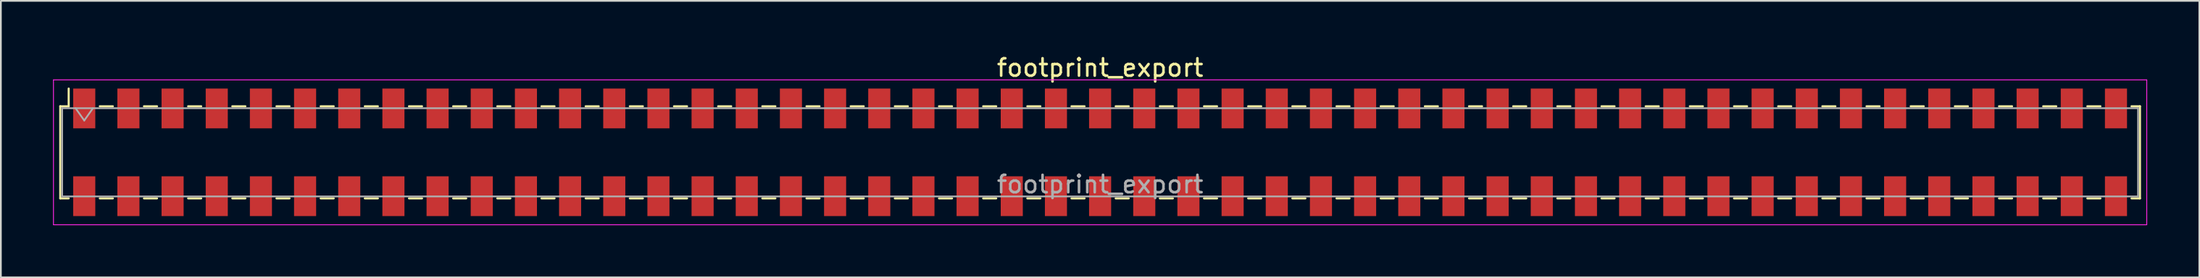
<source format=kicad_pcb>
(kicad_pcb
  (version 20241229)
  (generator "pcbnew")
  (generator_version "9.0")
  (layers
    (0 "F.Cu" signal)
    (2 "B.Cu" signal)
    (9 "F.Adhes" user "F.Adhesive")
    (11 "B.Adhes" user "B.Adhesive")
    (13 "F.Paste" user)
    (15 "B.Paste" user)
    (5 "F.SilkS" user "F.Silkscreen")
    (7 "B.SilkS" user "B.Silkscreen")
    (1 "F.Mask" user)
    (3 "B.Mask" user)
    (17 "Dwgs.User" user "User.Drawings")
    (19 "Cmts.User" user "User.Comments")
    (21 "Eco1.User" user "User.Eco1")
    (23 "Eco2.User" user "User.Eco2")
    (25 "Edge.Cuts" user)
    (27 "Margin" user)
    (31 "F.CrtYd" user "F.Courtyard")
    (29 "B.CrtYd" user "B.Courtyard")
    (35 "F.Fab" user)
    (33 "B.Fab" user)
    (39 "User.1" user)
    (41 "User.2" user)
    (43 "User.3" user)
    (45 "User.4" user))
  (footprint "footprint_export"
    (layer "F.Cu")
    (at 60.215 5.718)
    (property "Reference" "footprint_export" (at 0 -4.87 0) (layer "F.SilkS") (effects (font (size 1 1) (thickness 0.15))))
    (attr smd)
    (fp_line (start -59.8 -2.65) (end -59.8 2.65) (stroke (width 0.12) (type solid)) (layer "F.SilkS"))
    (fp_line (start -59.8 2.65) (end -59.315 2.65) (stroke (width 0.12) (type solid)) (layer "F.SilkS"))
    (fp_line (start -59.315 -3.67) (end -59.315 -2.65) (stroke (width 0.12) (type solid)) (layer "F.SilkS"))
    (fp_line (start -59.315 -2.65) (end -59.8 -2.65) (stroke (width 0.12) (type solid)) (layer "F.SilkS"))
    (fp_line (start -57.525 -2.65) (end -56.775 -2.65) (stroke (width 0.12) (type solid)) (layer "F.SilkS"))
    (fp_line (start -57.525 2.65) (end -56.775 2.65) (stroke (width 0.12) (type solid)) (layer "F.SilkS"))
    (fp_line (start -54.985 -2.65) (end -54.235 -2.65) (stroke (width 0.12) (type solid)) (layer "F.SilkS"))
    (fp_line (start -54.985 2.65) (end -54.235 2.65) (stroke (width 0.12) (type solid)) (layer "F.SilkS"))
    (fp_line (start -52.445 -2.65) (end -51.695 -2.65) (stroke (width 0.12) (type solid)) (layer "F.SilkS"))
    (fp_line (start -52.445 2.65) (end -51.695 2.65) (stroke (width 0.12) (type solid)) (layer "F.SilkS"))
    (fp_line (start -49.905 -2.65) (end -49.155 -2.65) (stroke (width 0.12) (type solid)) (layer "F.SilkS"))
    (fp_line (start -49.905 2.65) (end -49.155 2.65) (stroke (width 0.12) (type solid)) (layer "F.SilkS"))
    (fp_line (start -47.365 -2.65) (end -46.615 -2.65) (stroke (width 0.12) (type solid)) (layer "F.SilkS"))
    (fp_line (start -47.365 2.65) (end -46.615 2.65) (stroke (width 0.12) (type solid)) (layer "F.SilkS"))
    (fp_line (start -44.825 -2.65) (end -44.075 -2.65) (stroke (width 0.12) (type solid)) (layer "F.SilkS"))
    (fp_line (start -44.825 2.65) (end -44.075 2.65) (stroke (width 0.12) (type solid)) (layer "F.SilkS"))
    (fp_line (start -42.285 -2.65) (end -41.535 -2.65) (stroke (width 0.12) (type solid)) (layer "F.SilkS"))
    (fp_line (start -42.285 2.65) (end -41.535 2.65) (stroke (width 0.12) (type solid)) (layer "F.SilkS"))
    (fp_line (start -39.745 -2.65) (end -38.995 -2.65) (stroke (width 0.12) (type solid)) (layer "F.SilkS"))
    (fp_line (start -39.745 2.65) (end -38.995 2.65) (stroke (width 0.12) (type solid)) (layer "F.SilkS"))
    (fp_line (start -37.205 -2.65) (end -36.455 -2.65) (stroke (width 0.12) (type solid)) (layer "F.SilkS"))
    (fp_line (start -37.205 2.65) (end -36.455 2.65) (stroke (width 0.12) (type solid)) (layer "F.SilkS"))
    (fp_line (start -34.665 -2.65) (end -33.915 -2.65) (stroke (width 0.12) (type solid)) (layer "F.SilkS"))
    (fp_line (start -34.665 2.65) (end -33.915 2.65) (stroke (width 0.12) (type solid)) (layer "F.SilkS"))
    (fp_line (start -32.125 -2.65) (end -31.375 -2.65) (stroke (width 0.12) (type solid)) (layer "F.SilkS"))
    (fp_line (start -32.125 2.65) (end -31.375 2.65) (stroke (width 0.12) (type solid)) (layer "F.SilkS"))
    (fp_line (start -29.585 -2.65) (end -28.835 -2.65) (stroke (width 0.12) (type solid)) (layer "F.SilkS"))
    (fp_line (start -29.585 2.65) (end -28.835 2.65) (stroke (width 0.12) (type solid)) (layer "F.SilkS"))
    (fp_line (start -27.045 -2.65) (end -26.295 -2.65) (stroke (width 0.12) (type solid)) (layer "F.SilkS"))
    (fp_line (start -27.045 2.65) (end -26.295 2.65) (stroke (width 0.12) (type solid)) (layer "F.SilkS"))
    (fp_line (start -24.505 -2.65) (end -23.755 -2.65) (stroke (width 0.12) (type solid)) (layer "F.SilkS"))
    (fp_line (start -24.505 2.65) (end -23.755 2.65) (stroke (width 0.12) (type solid)) (layer "F.SilkS"))
    (fp_line (start -21.965 -2.65) (end -21.215 -2.65) (stroke (width 0.12) (type solid)) (layer "F.SilkS"))
    (fp_line (start -21.965 2.65) (end -21.215 2.65) (stroke (width 0.12) (type solid)) (layer "F.SilkS"))
    (fp_line (start -19.425 -2.65) (end -18.675 -2.65) (stroke (width 0.12) (type solid)) (layer "F.SilkS"))
    (fp_line (start -19.425 2.65) (end -18.675 2.65) (stroke (width 0.12) (type solid)) (layer "F.SilkS"))
    (fp_line (start -16.885 -2.65) (end -16.135 -2.65) (stroke (width 0.12) (type solid)) (layer "F.SilkS"))
    (fp_line (start -16.885 2.65) (end -16.135 2.65) (stroke (width 0.12) (type solid)) (layer "F.SilkS"))
    (fp_line (start -14.345 -2.65) (end -13.595 -2.65) (stroke (width 0.12) (type solid)) (layer "F.SilkS"))
    (fp_line (start -14.345 2.65) (end -13.595 2.65) (stroke (width 0.12) (type solid)) (layer "F.SilkS"))
    (fp_line (start -11.805 -2.65) (end -11.055 -2.65) (stroke (width 0.12) (type solid)) (layer "F.SilkS"))
    (fp_line (start -11.805 2.65) (end -11.055 2.65) (stroke (width 0.12) (type solid)) (layer "F.SilkS"))
    (fp_line (start -9.265 -2.65) (end -8.515 -2.65) (stroke (width 0.12) (type solid)) (layer "F.SilkS"))
    (fp_line (start -9.265 2.65) (end -8.515 2.65) (stroke (width 0.12) (type solid)) (layer "F.SilkS"))
    (fp_line (start -6.725 -2.65) (end -5.975 -2.65) (stroke (width 0.12) (type solid)) (layer "F.SilkS"))
    (fp_line (start -6.725 2.65) (end -5.975 2.65) (stroke (width 0.12) (type solid)) (layer "F.SilkS"))
    (fp_line (start -4.185 -2.65) (end -3.435 -2.65) (stroke (width 0.12) (type solid)) (layer "F.SilkS"))
    (fp_line (start -4.185 2.65) (end -3.435 2.65) (stroke (width 0.12) (type solid)) (layer "F.SilkS"))
    (fp_line (start -1.645 -2.65) (end -0.895 -2.65) (stroke (width 0.12) (type solid)) (layer "F.SilkS"))
    (fp_line (start -1.645 2.65) (end -0.895 2.65) (stroke (width 0.12) (type solid)) (layer "F.SilkS"))
    (fp_line (start 0.895 -2.65) (end 1.645 -2.65) (stroke (width 0.12) (type solid)) (layer "F.SilkS"))
    (fp_line (start 0.895 2.65) (end 1.645 2.65) (stroke (width 0.12) (type solid)) (layer "F.SilkS"))
    (fp_line (start 3.435 -2.65) (end 4.185 -2.65) (stroke (width 0.12) (type solid)) (layer "F.SilkS"))
    (fp_line (start 3.435 2.65) (end 4.185 2.65) (stroke (width 0.12) (type solid)) (layer "F.SilkS"))
    (fp_line (start 5.975 -2.65) (end 6.725 -2.65) (stroke (width 0.12) (type solid)) (layer "F.SilkS"))
    (fp_line (start 5.975 2.65) (end 6.725 2.65) (stroke (width 0.12) (type solid)) (layer "F.SilkS"))
    (fp_line (start 8.515 -2.65) (end 9.265 -2.65) (stroke (width 0.12) (type solid)) (layer "F.SilkS"))
    (fp_line (start 8.515 2.65) (end 9.265 2.65) (stroke (width 0.12) (type solid)) (layer "F.SilkS"))
    (fp_line (start 11.055 -2.65) (end 11.805 -2.65) (stroke (width 0.12) (type solid)) (layer "F.SilkS"))
    (fp_line (start 11.055 2.65) (end 11.805 2.65) (stroke (width 0.12) (type solid)) (layer "F.SilkS"))
    (fp_line (start 13.595 -2.65) (end 14.345 -2.65) (stroke (width 0.12) (type solid)) (layer "F.SilkS"))
    (fp_line (start 13.595 2.65) (end 14.345 2.65) (stroke (width 0.12) (type solid)) (layer "F.SilkS"))
    (fp_line (start 16.135 -2.65) (end 16.885 -2.65) (stroke (width 0.12) (type solid)) (layer "F.SilkS"))
    (fp_line (start 16.135 2.65) (end 16.885 2.65) (stroke (width 0.12) (type solid)) (layer "F.SilkS"))
    (fp_line (start 18.675 -2.65) (end 19.425 -2.65) (stroke (width 0.12) (type solid)) (layer "F.SilkS"))
    (fp_line (start 18.675 2.65) (end 19.425 2.65) (stroke (width 0.12) (type solid)) (layer "F.SilkS"))
    (fp_line (start 21.215 -2.65) (end 21.965 -2.65) (stroke (width 0.12) (type solid)) (layer "F.SilkS"))
    (fp_line (start 21.215 2.65) (end 21.965 2.65) (stroke (width 0.12) (type solid)) (layer "F.SilkS"))
    (fp_line (start 23.755 -2.65) (end 24.505 -2.65) (stroke (width 0.12) (type solid)) (layer "F.SilkS"))
    (fp_line (start 23.755 2.65) (end 24.505 2.65) (stroke (width 0.12) (type solid)) (layer "F.SilkS"))
    (fp_line (start 26.295 -2.65) (end 27.045 -2.65) (stroke (width 0.12) (type solid)) (layer "F.SilkS"))
    (fp_line (start 26.295 2.65) (end 27.045 2.65) (stroke (width 0.12) (type solid)) (layer "F.SilkS"))
    (fp_line (start 28.835 -2.65) (end 29.585 -2.65) (stroke (width 0.12) (type solid)) (layer "F.SilkS"))
    (fp_line (start 28.835 2.65) (end 29.585 2.65) (stroke (width 0.12) (type solid)) (layer "F.SilkS"))
    (fp_line (start 31.375 -2.65) (end 32.125 -2.65) (stroke (width 0.12) (type solid)) (layer "F.SilkS"))
    (fp_line (start 31.375 2.65) (end 32.125 2.65) (stroke (width 0.12) (type solid)) (layer "F.SilkS"))
    (fp_line (start 33.915 -2.65) (end 34.665 -2.65) (stroke (width 0.12) (type solid)) (layer "F.SilkS"))
    (fp_line (start 33.915 2.65) (end 34.665 2.65) (stroke (width 0.12) (type solid)) (layer "F.SilkS"))
    (fp_line (start 36.455 -2.65) (end 37.205 -2.65) (stroke (width 0.12) (type solid)) (layer "F.SilkS"))
    (fp_line (start 36.455 2.65) (end 37.205 2.65) (stroke (width 0.12) (type solid)) (layer "F.SilkS"))
    (fp_line (start 38.995 -2.65) (end 39.745 -2.65) (stroke (width 0.12) (type solid)) (layer "F.SilkS"))
    (fp_line (start 38.995 2.65) (end 39.745 2.65) (stroke (width 0.12) (type solid)) (layer "F.SilkS"))
    (fp_line (start 41.535 -2.65) (end 42.285 -2.65) (stroke (width 0.12) (type solid)) (layer "F.SilkS"))
    (fp_line (start 41.535 2.65) (end 42.285 2.65) (stroke (width 0.12) (type solid)) (layer "F.SilkS"))
    (fp_line (start 44.075 -2.65) (end 44.825 -2.65) (stroke (width 0.12) (type solid)) (layer "F.SilkS"))
    (fp_line (start 44.075 2.65) (end 44.825 2.65) (stroke (width 0.12) (type solid)) (layer "F.SilkS"))
    (fp_line (start 46.615 -2.65) (end 47.365 -2.65) (stroke (width 0.12) (type solid)) (layer "F.SilkS"))
    (fp_line (start 46.615 2.65) (end 47.365 2.65) (stroke (width 0.12) (type solid)) (layer "F.SilkS"))
    (fp_line (start 49.155 -2.65) (end 49.905 -2.65) (stroke (width 0.12) (type solid)) (layer "F.SilkS"))
    (fp_line (start 49.155 2.65) (end 49.905 2.65) (stroke (width 0.12) (type solid)) (layer "F.SilkS"))
    (fp_line (start 51.695 -2.65) (end 52.445 -2.65) (stroke (width 0.12) (type solid)) (layer "F.SilkS"))
    (fp_line (start 51.695 2.65) (end 52.445 2.65) (stroke (width 0.12) (type solid)) (layer "F.SilkS"))
    (fp_line (start 54.235 -2.65) (end 54.985 -2.65) (stroke (width 0.12) (type solid)) (layer "F.SilkS"))
    (fp_line (start 54.235 2.65) (end 54.985 2.65) (stroke (width 0.12) (type solid)) (layer "F.SilkS"))
    (fp_line (start 56.775 -2.65) (end 57.525 -2.65) (stroke (width 0.12) (type solid)) (layer "F.SilkS"))
    (fp_line (start 56.775 2.65) (end 57.525 2.65) (stroke (width 0.12) (type solid)) (layer "F.SilkS"))
    (fp_line (start 59.315 -2.65) (end 59.8 -2.65) (stroke (width 0.12) (type solid)) (layer "F.SilkS"))
    (fp_line (start 59.8 -2.65) (end 59.8 2.65) (stroke (width 0.12) (type solid)) (layer "F.SilkS"))
    (fp_line (start 59.8 2.65) (end 59.315 2.65) (stroke (width 0.12) (type solid)) (layer "F.SilkS"))
    (fp_line (start -60.19 -4.17) (end 60.19 -4.17) (stroke (width 0.05) (type solid)) (layer "F.CrtYd"))
    (fp_line (start -60.19 4.17) (end -60.19 -4.17) (stroke (width 0.05) (type solid)) (layer "F.CrtYd"))
    (fp_line (start 60.19 -4.17) (end 60.19 4.17) (stroke (width 0.05) (type solid)) (layer "F.CrtYd"))
    (fp_line (start 60.19 4.17) (end -60.19 4.17) (stroke (width 0.05) (type solid)) (layer "F.CrtYd"))
    (fp_line (start -59.69 -2.54) (end 59.69 -2.54) (stroke (width 0.1) (type solid)) (layer "F.Fab"))
    (fp_line (start -59.69 2.54) (end -59.69 -2.54) (stroke (width 0.1) (type solid)) (layer "F.Fab"))
    (fp_line (start -58.92 -2.54) (end -58.42 -1.833) (stroke (width 0.1) (type solid)) (layer "F.Fab"))
    (fp_line (start -58.42 -1.833) (end -57.92 -2.54) (stroke (width 0.1) (type solid)) (layer "F.Fab"))
    (fp_line (start 59.69 -2.54) (end 59.69 2.54) (stroke (width 0.1) (type solid)) (layer "F.Fab"))
    (fp_line (start 59.69 2.54) (end -59.69 2.54) (stroke (width 0.1) (type solid)) (layer "F.Fab"))
    (fp_text user "${REFERENCE}" (at 0 1.84 0) (layer "F.Fab") (effects (font (size 1 1) (thickness 0.15))))
    (pad "1" smd rect (at -58.42 -2.525) (size 1.27 2.29) (layers "F.Cu" "F.Mask" "F.Paste"))
    (pad "2" smd rect (at -58.42 2.525) (size 1.27 2.29) (layers "F.Cu" "F.Mask" "F.Paste"))
    (pad "3" smd rect (at -55.88 -2.525) (size 1.27 2.29) (layers "F.Cu" "F.Mask" "F.Paste"))
    (pad "4" smd rect (at -55.88 2.525) (size 1.27 2.29) (layers "F.Cu" "F.Mask" "F.Paste"))
    (pad "5" smd rect (at -53.34 -2.525) (size 1.27 2.29) (layers "F.Cu" "F.Mask" "F.Paste"))
    (pad "6" smd rect (at -53.34 2.525) (size 1.27 2.29) (layers "F.Cu" "F.Mask" "F.Paste"))
    (pad "7" smd rect (at -50.8 -2.525) (size 1.27 2.29) (layers "F.Cu" "F.Mask" "F.Paste"))
    (pad "8" smd rect (at -50.8 2.525) (size 1.27 2.29) (layers "F.Cu" "F.Mask" "F.Paste"))
    (pad "9" smd rect (at -48.26 -2.525) (size 1.27 2.29) (layers "F.Cu" "F.Mask" "F.Paste"))
    (pad "10" smd rect (at -48.26 2.525) (size 1.27 2.29) (layers "F.Cu" "F.Mask" "F.Paste"))
    (pad "11" smd rect (at -45.72 -2.525) (size 1.27 2.29) (layers "F.Cu" "F.Mask" "F.Paste"))
    (pad "12" smd rect (at -45.72 2.525) (size 1.27 2.29) (layers "F.Cu" "F.Mask" "F.Paste"))
    (pad "13" smd rect (at -43.18 -2.525) (size 1.27 2.29) (layers "F.Cu" "F.Mask" "F.Paste"))
    (pad "14" smd rect (at -43.18 2.525) (size 1.27 2.29) (layers "F.Cu" "F.Mask" "F.Paste"))
    (pad "15" smd rect (at -40.64 -2.525) (size 1.27 2.29) (layers "F.Cu" "F.Mask" "F.Paste"))
    (pad "16" smd rect (at -40.64 2.525) (size 1.27 2.29) (layers "F.Cu" "F.Mask" "F.Paste"))
    (pad "17" smd rect (at -38.1 -2.525) (size 1.27 2.29) (layers "F.Cu" "F.Mask" "F.Paste"))
    (pad "18" smd rect (at -38.1 2.525) (size 1.27 2.29) (layers "F.Cu" "F.Mask" "F.Paste"))
    (pad "19" smd rect (at -35.56 -2.525) (size 1.27 2.29) (layers "F.Cu" "F.Mask" "F.Paste"))
    (pad "20" smd rect (at -35.56 2.525) (size 1.27 2.29) (layers "F.Cu" "F.Mask" "F.Paste"))
    (pad "21" smd rect (at -33.02 -2.525) (size 1.27 2.29) (layers "F.Cu" "F.Mask" "F.Paste"))
    (pad "22" smd rect (at -33.02 2.525) (size 1.27 2.29) (layers "F.Cu" "F.Mask" "F.Paste"))
    (pad "23" smd rect (at -30.48 -2.525) (size 1.27 2.29) (layers "F.Cu" "F.Mask" "F.Paste"))
    (pad "24" smd rect (at -30.48 2.525) (size 1.27 2.29) (layers "F.Cu" "F.Mask" "F.Paste"))
    (pad "25" smd rect (at -27.94 -2.525) (size 1.27 2.29) (layers "F.Cu" "F.Mask" "F.Paste"))
    (pad "26" smd rect (at -27.94 2.525) (size 1.27 2.29) (layers "F.Cu" "F.Mask" "F.Paste"))
    (pad "27" smd rect (at -25.4 -2.525) (size 1.27 2.29) (layers "F.Cu" "F.Mask" "F.Paste"))
    (pad "28" smd rect (at -25.4 2.525) (size 1.27 2.29) (layers "F.Cu" "F.Mask" "F.Paste"))
    (pad "29" smd rect (at -22.86 -2.525) (size 1.27 2.29) (layers "F.Cu" "F.Mask" "F.Paste"))
    (pad "30" smd rect (at -22.86 2.525) (size 1.27 2.29) (layers "F.Cu" "F.Mask" "F.Paste"))
    (pad "31" smd rect (at -20.32 -2.525) (size 1.27 2.29) (layers "F.Cu" "F.Mask" "F.Paste"))
    (pad "32" smd rect (at -20.32 2.525) (size 1.27 2.29) (layers "F.Cu" "F.Mask" "F.Paste"))
    (pad "33" smd rect (at -17.78 -2.525) (size 1.27 2.29) (layers "F.Cu" "F.Mask" "F.Paste"))
    (pad "34" smd rect (at -17.78 2.525) (size 1.27 2.29) (layers "F.Cu" "F.Mask" "F.Paste"))
    (pad "35" smd rect (at -15.24 -2.525) (size 1.27 2.29) (layers "F.Cu" "F.Mask" "F.Paste"))
    (pad "36" smd rect (at -15.24 2.525) (size 1.27 2.29) (layers "F.Cu" "F.Mask" "F.Paste"))
    (pad "37" smd rect (at -12.7 -2.525) (size 1.27 2.29) (layers "F.Cu" "F.Mask" "F.Paste"))
    (pad "38" smd rect (at -12.7 2.525) (size 1.27 2.29) (layers "F.Cu" "F.Mask" "F.Paste"))
    (pad "39" smd rect (at -10.16 -2.525) (size 1.27 2.29) (layers "F.Cu" "F.Mask" "F.Paste"))
    (pad "40" smd rect (at -10.16 2.525) (size 1.27 2.29) (layers "F.Cu" "F.Mask" "F.Paste"))
    (pad "41" smd rect (at -7.62 -2.525) (size 1.27 2.29) (layers "F.Cu" "F.Mask" "F.Paste"))
    (pad "42" smd rect (at -7.62 2.525) (size 1.27 2.29) (layers "F.Cu" "F.Mask" "F.Paste"))
    (pad "43" smd rect (at -5.08 -2.525) (size 1.27 2.29) (layers "F.Cu" "F.Mask" "F.Paste"))
    (pad "44" smd rect (at -5.08 2.525) (size 1.27 2.29) (layers "F.Cu" "F.Mask" "F.Paste"))
    (pad "45" smd rect (at -2.54 -2.525) (size 1.27 2.29) (layers "F.Cu" "F.Mask" "F.Paste"))
    (pad "46" smd rect (at -2.54 2.525) (size 1.27 2.29) (layers "F.Cu" "F.Mask" "F.Paste"))
    (pad "47" smd rect (at 0 -2.525) (size 1.27 2.29) (layers "F.Cu" "F.Mask" "F.Paste"))
    (pad "48" smd rect (at 0 2.525) (size 1.27 2.29) (layers "F.Cu" "F.Mask" "F.Paste"))
    (pad "49" smd rect (at 2.54 -2.525) (size 1.27 2.29) (layers "F.Cu" "F.Mask" "F.Paste"))
    (pad "50" smd rect (at 2.54 2.525) (size 1.27 2.29) (layers "F.Cu" "F.Mask" "F.Paste"))
    (pad "51" smd rect (at 5.08 -2.525) (size 1.27 2.29) (layers "F.Cu" "F.Mask" "F.Paste"))
    (pad "52" smd rect (at 5.08 2.525) (size 1.27 2.29) (layers "F.Cu" "F.Mask" "F.Paste"))
    (pad "53" smd rect (at 7.62 -2.525) (size 1.27 2.29) (layers "F.Cu" "F.Mask" "F.Paste"))
    (pad "54" smd rect (at 7.62 2.525) (size 1.27 2.29) (layers "F.Cu" "F.Mask" "F.Paste"))
    (pad "55" smd rect (at 10.16 -2.525) (size 1.27 2.29) (layers "F.Cu" "F.Mask" "F.Paste"))
    (pad "56" smd rect (at 10.16 2.525) (size 1.27 2.29) (layers "F.Cu" "F.Mask" "F.Paste"))
    (pad "57" smd rect (at 12.7 -2.525) (size 1.27 2.29) (layers "F.Cu" "F.Mask" "F.Paste"))
    (pad "58" smd rect (at 12.7 2.525) (size 1.27 2.29) (layers "F.Cu" "F.Mask" "F.Paste"))
    (pad "59" smd rect (at 15.24 -2.525) (size 1.27 2.29) (layers "F.Cu" "F.Mask" "F.Paste"))
    (pad "60" smd rect (at 15.24 2.525) (size 1.27 2.29) (layers "F.Cu" "F.Mask" "F.Paste"))
    (pad "61" smd rect (at 17.78 -2.525) (size 1.27 2.29) (layers "F.Cu" "F.Mask" "F.Paste"))
    (pad "62" smd rect (at 17.78 2.525) (size 1.27 2.29) (layers "F.Cu" "F.Mask" "F.Paste"))
    (pad "63" smd rect (at 20.32 -2.525) (size 1.27 2.29) (layers "F.Cu" "F.Mask" "F.Paste"))
    (pad "64" smd rect (at 20.32 2.525) (size 1.27 2.29) (layers "F.Cu" "F.Mask" "F.Paste"))
    (pad "65" smd rect (at 22.86 -2.525) (size 1.27 2.29) (layers "F.Cu" "F.Mask" "F.Paste"))
    (pad "66" smd rect (at 22.86 2.525) (size 1.27 2.29) (layers "F.Cu" "F.Mask" "F.Paste"))
    (pad "67" smd rect (at 25.4 -2.525) (size 1.27 2.29) (layers "F.Cu" "F.Mask" "F.Paste"))
    (pad "68" smd rect (at 25.4 2.525) (size 1.27 2.29) (layers "F.Cu" "F.Mask" "F.Paste"))
    (pad "69" smd rect (at 27.94 -2.525) (size 1.27 2.29) (layers "F.Cu" "F.Mask" "F.Paste"))
    (pad "70" smd rect (at 27.94 2.525) (size 1.27 2.29) (layers "F.Cu" "F.Mask" "F.Paste"))
    (pad "71" smd rect (at 30.48 -2.525) (size 1.27 2.29) (layers "F.Cu" "F.Mask" "F.Paste"))
    (pad "72" smd rect (at 30.48 2.525) (size 1.27 2.29) (layers "F.Cu" "F.Mask" "F.Paste"))
    (pad "73" smd rect (at 33.02 -2.525) (size 1.27 2.29) (layers "F.Cu" "F.Mask" "F.Paste"))
    (pad "74" smd rect (at 33.02 2.525) (size 1.27 2.29) (layers "F.Cu" "F.Mask" "F.Paste"))
    (pad "75" smd rect (at 35.56 -2.525) (size 1.27 2.29) (layers "F.Cu" "F.Mask" "F.Paste"))
    (pad "76" smd rect (at 35.56 2.525) (size 1.27 2.29) (layers "F.Cu" "F.Mask" "F.Paste"))
    (pad "77" smd rect (at 38.1 -2.525) (size 1.27 2.29) (layers "F.Cu" "F.Mask" "F.Paste"))
    (pad "78" smd rect (at 38.1 2.525) (size 1.27 2.29) (layers "F.Cu" "F.Mask" "F.Paste"))
    (pad "79" smd rect (at 40.64 -2.525) (size 1.27 2.29) (layers "F.Cu" "F.Mask" "F.Paste"))
    (pad "80" smd rect (at 40.64 2.525) (size 1.27 2.29) (layers "F.Cu" "F.Mask" "F.Paste"))
    (pad "81" smd rect (at 43.18 -2.525) (size 1.27 2.29) (layers "F.Cu" "F.Mask" "F.Paste"))
    (pad "82" smd rect (at 43.18 2.525) (size 1.27 2.29) (layers "F.Cu" "F.Mask" "F.Paste"))
    (pad "83" smd rect (at 45.72 -2.525) (size 1.27 2.29) (layers "F.Cu" "F.Mask" "F.Paste"))
    (pad "84" smd rect (at 45.72 2.525) (size 1.27 2.29) (layers "F.Cu" "F.Mask" "F.Paste"))
    (pad "85" smd rect (at 48.26 -2.525) (size 1.27 2.29) (layers "F.Cu" "F.Mask" "F.Paste"))
    (pad "86" smd rect (at 48.26 2.525) (size 1.27 2.29) (layers "F.Cu" "F.Mask" "F.Paste"))
    (pad "87" smd rect (at 50.8 -2.525) (size 1.27 2.29) (layers "F.Cu" "F.Mask" "F.Paste"))
    (pad "88" smd rect (at 50.8 2.525) (size 1.27 2.29) (layers "F.Cu" "F.Mask" "F.Paste"))
    (pad "89" smd rect (at 53.34 -2.525) (size 1.27 2.29) (layers "F.Cu" "F.Mask" "F.Paste"))
    (pad "90" smd rect (at 53.34 2.525) (size 1.27 2.29) (layers "F.Cu" "F.Mask" "F.Paste"))
    (pad "91" smd rect (at 55.88 -2.525) (size 1.27 2.29) (layers "F.Cu" "F.Mask" "F.Paste"))
    (pad "92" smd rect (at 55.88 2.525) (size 1.27 2.29) (layers "F.Cu" "F.Mask" "F.Paste"))
    (pad "93" smd rect (at 58.42 -2.525) (size 1.27 2.29) (layers "F.Cu" "F.Mask" "F.Paste"))
    (pad "94" smd rect (at 58.42 2.525) (size 1.27 2.29) (layers "F.Cu" "F.Mask" "F.Paste")))
  (gr_rect
    (start -3 -3)
    (end 123.43 12.913)
    (stroke (width 0.1) (type default))
    (fill no)
    (layer "Edge.Cuts")))
</source>
